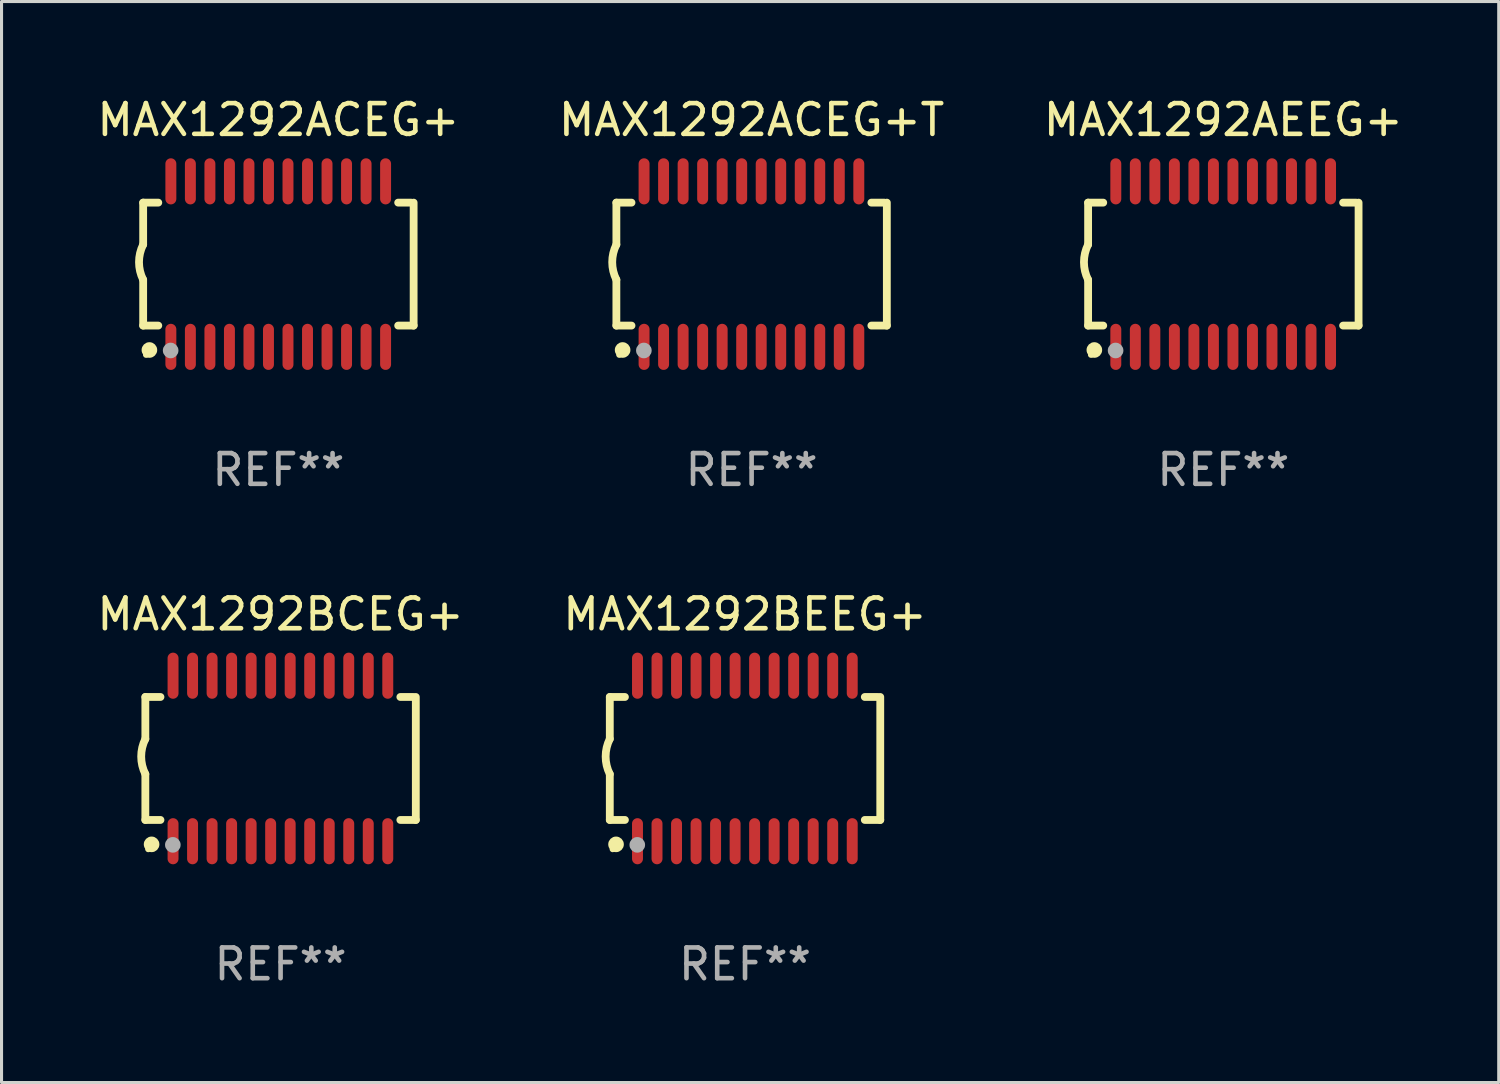
<source format=kicad_pcb>
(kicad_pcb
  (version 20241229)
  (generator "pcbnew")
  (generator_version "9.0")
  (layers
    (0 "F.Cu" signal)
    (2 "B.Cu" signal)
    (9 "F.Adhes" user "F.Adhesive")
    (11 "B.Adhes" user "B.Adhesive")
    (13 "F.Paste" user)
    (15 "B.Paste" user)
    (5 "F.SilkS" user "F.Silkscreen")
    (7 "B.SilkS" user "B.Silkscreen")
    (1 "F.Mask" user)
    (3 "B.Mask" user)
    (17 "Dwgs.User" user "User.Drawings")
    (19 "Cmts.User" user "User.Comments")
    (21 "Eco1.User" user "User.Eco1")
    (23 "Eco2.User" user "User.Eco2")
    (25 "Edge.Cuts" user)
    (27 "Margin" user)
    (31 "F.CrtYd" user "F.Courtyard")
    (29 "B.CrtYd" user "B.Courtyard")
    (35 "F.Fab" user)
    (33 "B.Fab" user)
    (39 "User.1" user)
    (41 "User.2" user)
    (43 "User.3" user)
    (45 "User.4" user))
  (footprint "MAX1292AEEG+"
    (layer "F.Cu")
    (at 36.744 5.541)
    (property "Reference" "MAX1292AEEG+" (at 0 -4.692 0) (layer "F.SilkS") (effects (font (size 1 1) (thickness 0.15))))
    (attr through_hole)
    (fp_line (start -4.399 -2) (end -4.399 -0.635) (stroke (width 0.254) (type solid)) (layer "F.SilkS"))
    (fp_line (start -4.399 -2) (end -3.907 -2) (stroke (width 0.254) (type solid)) (layer "F.SilkS"))
    (fp_line (start -4.399 2) (end -4.399 0.508) (stroke (width 0.254) (type solid)) (layer "F.SilkS"))
    (fp_line (start -4.399 2) (end -3.907 2) (stroke (width 0.254) (type solid)) (layer "F.SilkS"))
    (fp_line (start 3.896 -2) (end 4.313 -2) (stroke (width 0.254) (type solid)) (layer "F.SilkS"))
    (fp_line (start 3.896 2) (end 4.399 2) (stroke (width 0.254) (type solid)) (layer "F.SilkS"))
    (fp_line (start 4.399 2) (end 4.399 -2) (stroke (width 0.254) (type solid)) (layer "F.SilkS"))
    (fp_arc (start -4.399301 0.508001) (mid -4.534214 -0.0635) (end -4.399301 -0.635001) (stroke (width 0.254001) (type solid)) (layer "F.SilkS"))
    (fp_circle (center -4.305 2.95) (end -4.255 2.95) (stroke (width 0.1) (type solid)) (fill no) (layer "F.SilkS"))
    (fp_circle (center -4.196 2.794) (end -4.069 2.794) (stroke (width 0.254) (type solid)) (fill no) (layer "F.SilkS"))
    (fp_circle (center -3.505 2.81) (end -3.378 2.81) (stroke (width 0.254) (type solid)) (fill no) (layer "F.Fab"))
    (fp_text user "REF**" (at 0 6.692 0) (layer "F.Fab") (effects (font (size 1 1) (thickness 0.15))))
    (pad "1" smd oval (at -3.498 2.692 90) (size 1.5 0.356) (layers "F.Cu" "F.Mask" "F.Paste"))
    (pad "2" smd oval (at -2.863 2.692 90) (size 1.5 0.356) (layers "F.Cu" "F.Mask" "F.Paste"))
    (pad "3" smd oval (at -2.228 2.692 90) (size 1.5 0.356) (layers "F.Cu" "F.Mask" "F.Paste"))
    (pad "4" smd oval (at -1.593 2.692 90) (size 1.5 0.356) (layers "F.Cu" "F.Mask" "F.Paste"))
    (pad "5" smd oval (at -0.958 2.692 90) (size 1.5 0.356) (layers "F.Cu" "F.Mask" "F.Paste"))
    (pad "6" smd oval (at -0.323 2.692 90) (size 1.5 0.356) (layers "F.Cu" "F.Mask" "F.Paste"))
    (pad "7" smd oval (at 0.312 2.692 90) (size 1.5 0.356) (layers "F.Cu" "F.Mask" "F.Paste"))
    (pad "8" smd oval (at 0.947 2.692 90) (size 1.5 0.356) (layers "F.Cu" "F.Mask" "F.Paste"))
    (pad "9" smd oval (at 1.582 2.692 90) (size 1.5 0.356) (layers "F.Cu" "F.Mask" "F.Paste"))
    (pad "10" smd oval (at 2.217 2.692 90) (size 1.5 0.356) (layers "F.Cu" "F.Mask" "F.Paste"))
    (pad "11" smd oval (at 2.852 2.692 90) (size 1.5 0.356) (layers "F.Cu" "F.Mask" "F.Paste"))
    (pad "12" smd oval (at 3.487 2.692 90) (size 1.5 0.356) (layers "F.Cu" "F.Mask" "F.Paste"))
    (pad "13" smd oval (at 3.487 -2.692 90) (size 1.5 0.356) (layers "F.Cu" "F.Mask" "F.Paste"))
    (pad "14" smd oval (at 2.852 -2.692 90) (size 1.5 0.356) (layers "F.Cu" "F.Mask" "F.Paste"))
    (pad "15" smd oval (at 2.217 -2.692 90) (size 1.5 0.356) (layers "F.Cu" "F.Mask" "F.Paste"))
    (pad "16" smd oval (at 1.582 -2.692 90) (size 1.5 0.356) (layers "F.Cu" "F.Mask" "F.Paste"))
    (pad "17" smd oval (at 0.947 -2.692 90) (size 1.5 0.356) (layers "F.Cu" "F.Mask" "F.Paste"))
    (pad "18" smd oval (at 0.312 -2.692 90) (size 1.5 0.356) (layers "F.Cu" "F.Mask" "F.Paste"))
    (pad "19" smd oval (at -0.323 -2.692 90) (size 1.5 0.356) (layers "F.Cu" "F.Mask" "F.Paste"))
    (pad "20" smd oval (at -0.958 -2.692 90) (size 1.5 0.356) (layers "F.Cu" "F.Mask" "F.Paste"))
    (pad "21" smd oval (at -1.593 -2.692 90) (size 1.5 0.356) (layers "F.Cu" "F.Mask" "F.Paste"))
    (pad "22" smd oval (at -2.228 -2.692 90) (size 1.5 0.356) (layers "F.Cu" "F.Mask" "F.Paste"))
    (pad "23" smd oval (at -2.863 -2.692 90) (size 1.5 0.356) (layers "F.Cu" "F.Mask" "F.Paste"))
    (pad "24" smd oval (at -3.498 -2.692 90) (size 1.5 0.356) (layers "F.Cu" "F.Mask" "F.Paste")))
  (footprint "MAX1292ACEG+T"
    (layer "F.Cu")
    (at 21.399 5.541)
    (property "Reference" "MAX1292ACEG+T" (at 0 -4.692 0) (layer "F.SilkS") (effects (font (size 1 1) (thickness 0.15))))
    (attr through_hole)
    (fp_line (start -4.399 -2) (end -4.399 -0.635) (stroke (width 0.254) (type solid)) (layer "F.SilkS"))
    (fp_line (start -4.399 -2) (end -3.907 -2) (stroke (width 0.254) (type solid)) (layer "F.SilkS"))
    (fp_line (start -4.399 2) (end -4.399 0.508) (stroke (width 0.254) (type solid)) (layer "F.SilkS"))
    (fp_line (start -4.399 2) (end -3.907 2) (stroke (width 0.254) (type solid)) (layer "F.SilkS"))
    (fp_line (start 3.896 -2) (end 4.313 -2) (stroke (width 0.254) (type solid)) (layer "F.SilkS"))
    (fp_line (start 3.896 2) (end 4.399 2) (stroke (width 0.254) (type solid)) (layer "F.SilkS"))
    (fp_line (start 4.399 2) (end 4.399 -2) (stroke (width 0.254) (type solid)) (layer "F.SilkS"))
    (fp_arc (start -4.399301 0.508001) (mid -4.534214 -0.0635) (end -4.399301 -0.635001) (stroke (width 0.254001) (type solid)) (layer "F.SilkS"))
    (fp_circle (center -4.305 2.95) (end -4.255 2.95) (stroke (width 0.1) (type solid)) (fill no) (layer "F.SilkS"))
    (fp_circle (center -4.196 2.794) (end -4.069 2.794) (stroke (width 0.254) (type solid)) (fill no) (layer "F.SilkS"))
    (fp_circle (center -3.505 2.81) (end -3.378 2.81) (stroke (width 0.254) (type solid)) (fill no) (layer "F.Fab"))
    (fp_text user "REF**" (at 0 6.692 0) (layer "F.Fab") (effects (font (size 1 1) (thickness 0.15))))
    (pad "1" smd oval (at -3.498 2.692 90) (size 1.5 0.356) (layers "F.Cu" "F.Mask" "F.Paste"))
    (pad "2" smd oval (at -2.863 2.692 90) (size 1.5 0.356) (layers "F.Cu" "F.Mask" "F.Paste"))
    (pad "3" smd oval (at -2.228 2.692 90) (size 1.5 0.356) (layers "F.Cu" "F.Mask" "F.Paste"))
    (pad "4" smd oval (at -1.593 2.692 90) (size 1.5 0.356) (layers "F.Cu" "F.Mask" "F.Paste"))
    (pad "5" smd oval (at -0.958 2.692 90) (size 1.5 0.356) (layers "F.Cu" "F.Mask" "F.Paste"))
    (pad "6" smd oval (at -0.323 2.692 90) (size 1.5 0.356) (layers "F.Cu" "F.Mask" "F.Paste"))
    (pad "7" smd oval (at 0.312 2.692 90) (size 1.5 0.356) (layers "F.Cu" "F.Mask" "F.Paste"))
    (pad "8" smd oval (at 0.947 2.692 90) (size 1.5 0.356) (layers "F.Cu" "F.Mask" "F.Paste"))
    (pad "9" smd oval (at 1.582 2.692 90) (size 1.5 0.356) (layers "F.Cu" "F.Mask" "F.Paste"))
    (pad "10" smd oval (at 2.217 2.692 90) (size 1.5 0.356) (layers "F.Cu" "F.Mask" "F.Paste"))
    (pad "11" smd oval (at 2.852 2.692 90) (size 1.5 0.356) (layers "F.Cu" "F.Mask" "F.Paste"))
    (pad "12" smd oval (at 3.487 2.692 90) (size 1.5 0.356) (layers "F.Cu" "F.Mask" "F.Paste"))
    (pad "13" smd oval (at 3.487 -2.692 90) (size 1.5 0.356) (layers "F.Cu" "F.Mask" "F.Paste"))
    (pad "14" smd oval (at 2.852 -2.692 90) (size 1.5 0.356) (layers "F.Cu" "F.Mask" "F.Paste"))
    (pad "15" smd oval (at 2.217 -2.692 90) (size 1.5 0.356) (layers "F.Cu" "F.Mask" "F.Paste"))
    (pad "16" smd oval (at 1.582 -2.692 90) (size 1.5 0.356) (layers "F.Cu" "F.Mask" "F.Paste"))
    (pad "17" smd oval (at 0.947 -2.692 90) (size 1.5 0.356) (layers "F.Cu" "F.Mask" "F.Paste"))
    (pad "18" smd oval (at 0.312 -2.692 90) (size 1.5 0.356) (layers "F.Cu" "F.Mask" "F.Paste"))
    (pad "19" smd oval (at -0.323 -2.692 90) (size 1.5 0.356) (layers "F.Cu" "F.Mask" "F.Paste"))
    (pad "20" smd oval (at -0.958 -2.692 90) (size 1.5 0.356) (layers "F.Cu" "F.Mask" "F.Paste"))
    (pad "21" smd oval (at -1.593 -2.692 90) (size 1.5 0.356) (layers "F.Cu" "F.Mask" "F.Paste"))
    (pad "22" smd oval (at -2.228 -2.692 90) (size 1.5 0.356) (layers "F.Cu" "F.Mask" "F.Paste"))
    (pad "23" smd oval (at -2.863 -2.692 90) (size 1.5 0.356) (layers "F.Cu" "F.Mask" "F.Paste"))
    (pad "24" smd oval (at -3.498 -2.692 90) (size 1.5 0.356) (layers "F.Cu" "F.Mask" "F.Paste")))
  (footprint "MAX1292BCEG+"
    (layer "F.Cu")
    (at 6.077 21.622)
    (property "Reference" "MAX1292BCEG+" (at 0 -4.692 0) (layer "F.SilkS") (effects (font (size 1 1) (thickness 0.15))))
    (attr through_hole)
    (fp_line (start -4.399 -2) (end -4.399 -0.635) (stroke (width 0.254) (type solid)) (layer "F.SilkS"))
    (fp_line (start -4.399 -2) (end -3.907 -2) (stroke (width 0.254) (type solid)) (layer "F.SilkS"))
    (fp_line (start -4.399 2) (end -4.399 0.508) (stroke (width 0.254) (type solid)) (layer "F.SilkS"))
    (fp_line (start -4.399 2) (end -3.907 2) (stroke (width 0.254) (type solid)) (layer "F.SilkS"))
    (fp_line (start 3.896 -2) (end 4.313 -2) (stroke (width 0.254) (type solid)) (layer "F.SilkS"))
    (fp_line (start 3.896 2) (end 4.399 2) (stroke (width 0.254) (type solid)) (layer "F.SilkS"))
    (fp_line (start 4.399 2) (end 4.399 -2) (stroke (width 0.254) (type solid)) (layer "F.SilkS"))
    (fp_arc (start -4.399301 0.508001) (mid -4.534214 -0.0635) (end -4.399301 -0.635001) (stroke (width 0.254001) (type solid)) (layer "F.SilkS"))
    (fp_circle (center -4.305 2.95) (end -4.255 2.95) (stroke (width 0.1) (type solid)) (fill no) (layer "F.SilkS"))
    (fp_circle (center -4.196 2.794) (end -4.069 2.794) (stroke (width 0.254) (type solid)) (fill no) (layer "F.SilkS"))
    (fp_circle (center -3.505 2.81) (end -3.378 2.81) (stroke (width 0.254) (type solid)) (fill no) (layer "F.Fab"))
    (fp_text user "REF**" (at 0 6.692 0) (layer "F.Fab") (effects (font (size 1 1) (thickness 0.15))))
    (pad "1" smd oval (at -3.498 2.692 90) (size 1.5 0.356) (layers "F.Cu" "F.Mask" "F.Paste"))
    (pad "2" smd oval (at -2.863 2.692 90) (size 1.5 0.356) (layers "F.Cu" "F.Mask" "F.Paste"))
    (pad "3" smd oval (at -2.228 2.692 90) (size 1.5 0.356) (layers "F.Cu" "F.Mask" "F.Paste"))
    (pad "4" smd oval (at -1.593 2.692 90) (size 1.5 0.356) (layers "F.Cu" "F.Mask" "F.Paste"))
    (pad "5" smd oval (at -0.958 2.692 90) (size 1.5 0.356) (layers "F.Cu" "F.Mask" "F.Paste"))
    (pad "6" smd oval (at -0.323 2.692 90) (size 1.5 0.356) (layers "F.Cu" "F.Mask" "F.Paste"))
    (pad "7" smd oval (at 0.312 2.692 90) (size 1.5 0.356) (layers "F.Cu" "F.Mask" "F.Paste"))
    (pad "8" smd oval (at 0.947 2.692 90) (size 1.5 0.356) (layers "F.Cu" "F.Mask" "F.Paste"))
    (pad "9" smd oval (at 1.582 2.692 90) (size 1.5 0.356) (layers "F.Cu" "F.Mask" "F.Paste"))
    (pad "10" smd oval (at 2.217 2.692 90) (size 1.5 0.356) (layers "F.Cu" "F.Mask" "F.Paste"))
    (pad "11" smd oval (at 2.852 2.692 90) (size 1.5 0.356) (layers "F.Cu" "F.Mask" "F.Paste"))
    (pad "12" smd oval (at 3.487 2.692 90) (size 1.5 0.356) (layers "F.Cu" "F.Mask" "F.Paste"))
    (pad "13" smd oval (at 3.487 -2.692 90) (size 1.5 0.356) (layers "F.Cu" "F.Mask" "F.Paste"))
    (pad "14" smd oval (at 2.852 -2.692 90) (size 1.5 0.356) (layers "F.Cu" "F.Mask" "F.Paste"))
    (pad "15" smd oval (at 2.217 -2.692 90) (size 1.5 0.356) (layers "F.Cu" "F.Mask" "F.Paste"))
    (pad "16" smd oval (at 1.582 -2.692 90) (size 1.5 0.356) (layers "F.Cu" "F.Mask" "F.Paste"))
    (pad "17" smd oval (at 0.947 -2.692 90) (size 1.5 0.356) (layers "F.Cu" "F.Mask" "F.Paste"))
    (pad "18" smd oval (at 0.312 -2.692 90) (size 1.5 0.356) (layers "F.Cu" "F.Mask" "F.Paste"))
    (pad "19" smd oval (at -0.323 -2.692 90) (size 1.5 0.356) (layers "F.Cu" "F.Mask" "F.Paste"))
    (pad "20" smd oval (at -0.958 -2.692 90) (size 1.5 0.356) (layers "F.Cu" "F.Mask" "F.Paste"))
    (pad "21" smd oval (at -1.593 -2.692 90) (size 1.5 0.356) (layers "F.Cu" "F.Mask" "F.Paste"))
    (pad "22" smd oval (at -2.228 -2.692 90) (size 1.5 0.356) (layers "F.Cu" "F.Mask" "F.Paste"))
    (pad "23" smd oval (at -2.863 -2.692 90) (size 1.5 0.356) (layers "F.Cu" "F.Mask" "F.Paste"))
    (pad "24" smd oval (at -3.498 -2.692 90) (size 1.5 0.356) (layers "F.Cu" "F.Mask" "F.Paste")))
  (footprint "MAX1292BEEG+"
    (layer "F.Cu")
    (at 21.185 21.622)
    (property "Reference" "MAX1292BEEG+" (at 0 -4.692 0) (layer "F.SilkS") (effects (font (size 1 1) (thickness 0.15))))
    (attr through_hole)
    (fp_line (start -4.399 -2) (end -4.399 -0.635) (stroke (width 0.254) (type solid)) (layer "F.SilkS"))
    (fp_line (start -4.399 -2) (end -3.907 -2) (stroke (width 0.254) (type solid)) (layer "F.SilkS"))
    (fp_line (start -4.399 2) (end -4.399 0.508) (stroke (width 0.254) (type solid)) (layer "F.SilkS"))
    (fp_line (start -4.399 2) (end -3.907 2) (stroke (width 0.254) (type solid)) (layer "F.SilkS"))
    (fp_line (start 3.896 -2) (end 4.313 -2) (stroke (width 0.254) (type solid)) (layer "F.SilkS"))
    (fp_line (start 3.896 2) (end 4.399 2) (stroke (width 0.254) (type solid)) (layer "F.SilkS"))
    (fp_line (start 4.399 2) (end 4.399 -2) (stroke (width 0.254) (type solid)) (layer "F.SilkS"))
    (fp_arc (start -4.399301 0.508001) (mid -4.534214 -0.0635) (end -4.399301 -0.635001) (stroke (width 0.254001) (type solid)) (layer "F.SilkS"))
    (fp_circle (center -4.305 2.95) (end -4.255 2.95) (stroke (width 0.1) (type solid)) (fill no) (layer "F.SilkS"))
    (fp_circle (center -4.196 2.794) (end -4.069 2.794) (stroke (width 0.254) (type solid)) (fill no) (layer "F.SilkS"))
    (fp_circle (center -3.505 2.81) (end -3.378 2.81) (stroke (width 0.254) (type solid)) (fill no) (layer "F.Fab"))
    (fp_text user "REF**" (at 0 6.692 0) (layer "F.Fab") (effects (font (size 1 1) (thickness 0.15))))
    (pad "1" smd oval (at -3.498 2.692 90) (size 1.5 0.356) (layers "F.Cu" "F.Mask" "F.Paste"))
    (pad "2" smd oval (at -2.863 2.692 90) (size 1.5 0.356) (layers "F.Cu" "F.Mask" "F.Paste"))
    (pad "3" smd oval (at -2.228 2.692 90) (size 1.5 0.356) (layers "F.Cu" "F.Mask" "F.Paste"))
    (pad "4" smd oval (at -1.593 2.692 90) (size 1.5 0.356) (layers "F.Cu" "F.Mask" "F.Paste"))
    (pad "5" smd oval (at -0.958 2.692 90) (size 1.5 0.356) (layers "F.Cu" "F.Mask" "F.Paste"))
    (pad "6" smd oval (at -0.323 2.692 90) (size 1.5 0.356) (layers "F.Cu" "F.Mask" "F.Paste"))
    (pad "7" smd oval (at 0.312 2.692 90) (size 1.5 0.356) (layers "F.Cu" "F.Mask" "F.Paste"))
    (pad "8" smd oval (at 0.947 2.692 90) (size 1.5 0.356) (layers "F.Cu" "F.Mask" "F.Paste"))
    (pad "9" smd oval (at 1.582 2.692 90) (size 1.5 0.356) (layers "F.Cu" "F.Mask" "F.Paste"))
    (pad "10" smd oval (at 2.217 2.692 90) (size 1.5 0.356) (layers "F.Cu" "F.Mask" "F.Paste"))
    (pad "11" smd oval (at 2.852 2.692 90) (size 1.5 0.356) (layers "F.Cu" "F.Mask" "F.Paste"))
    (pad "12" smd oval (at 3.487 2.692 90) (size 1.5 0.356) (layers "F.Cu" "F.Mask" "F.Paste"))
    (pad "13" smd oval (at 3.487 -2.692 90) (size 1.5 0.356) (layers "F.Cu" "F.Mask" "F.Paste"))
    (pad "14" smd oval (at 2.852 -2.692 90) (size 1.5 0.356) (layers "F.Cu" "F.Mask" "F.Paste"))
    (pad "15" smd oval (at 2.217 -2.692 90) (size 1.5 0.356) (layers "F.Cu" "F.Mask" "F.Paste"))
    (pad "16" smd oval (at 1.582 -2.692 90) (size 1.5 0.356) (layers "F.Cu" "F.Mask" "F.Paste"))
    (pad "17" smd oval (at 0.947 -2.692 90) (size 1.5 0.356) (layers "F.Cu" "F.Mask" "F.Paste"))
    (pad "18" smd oval (at 0.312 -2.692 90) (size 1.5 0.356) (layers "F.Cu" "F.Mask" "F.Paste"))
    (pad "19" smd oval (at -0.323 -2.692 90) (size 1.5 0.356) (layers "F.Cu" "F.Mask" "F.Paste"))
    (pad "20" smd oval (at -0.958 -2.692 90) (size 1.5 0.356) (layers "F.Cu" "F.Mask" "F.Paste"))
    (pad "21" smd oval (at -1.593 -2.692 90) (size 1.5 0.356) (layers "F.Cu" "F.Mask" "F.Paste"))
    (pad "22" smd oval (at -2.228 -2.692 90) (size 1.5 0.356) (layers "F.Cu" "F.Mask" "F.Paste"))
    (pad "23" smd oval (at -2.863 -2.692 90) (size 1.5 0.356) (layers "F.Cu" "F.Mask" "F.Paste"))
    (pad "24" smd oval (at -3.498 -2.692 90) (size 1.5 0.356) (layers "F.Cu" "F.Mask" "F.Paste")))
  (footprint "MAX1292ACEG+"
    (layer "F.Cu")
    (at 6.006 5.541)
    (property "Reference" "MAX1292ACEG+" (at 0 -4.692 0) (layer "F.SilkS") (effects (font (size 1 1) (thickness 0.15))))
    (attr through_hole)
    (fp_line (start -4.399 -2) (end -4.399 -0.635) (stroke (width 0.254) (type solid)) (layer "F.SilkS"))
    (fp_line (start -4.399 -2) (end -3.907 -2) (stroke (width 0.254) (type solid)) (layer "F.SilkS"))
    (fp_line (start -4.399 2) (end -4.399 0.508) (stroke (width 0.254) (type solid)) (layer "F.SilkS"))
    (fp_line (start -4.399 2) (end -3.907 2) (stroke (width 0.254) (type solid)) (layer "F.SilkS"))
    (fp_line (start 3.896 -2) (end 4.313 -2) (stroke (width 0.254) (type solid)) (layer "F.SilkS"))
    (fp_line (start 3.896 2) (end 4.399 2) (stroke (width 0.254) (type solid)) (layer "F.SilkS"))
    (fp_line (start 4.399 2) (end 4.399 -2) (stroke (width 0.254) (type solid)) (layer "F.SilkS"))
    (fp_arc (start -4.399301 0.508001) (mid -4.534214 -0.0635) (end -4.399301 -0.635001) (stroke (width 0.254001) (type solid)) (layer "F.SilkS"))
    (fp_circle (center -4.305 2.95) (end -4.255 2.95) (stroke (width 0.1) (type solid)) (fill no) (layer "F.SilkS"))
    (fp_circle (center -4.196 2.794) (end -4.069 2.794) (stroke (width 0.254) (type solid)) (fill no) (layer "F.SilkS"))
    (fp_circle (center -3.505 2.81) (end -3.378 2.81) (stroke (width 0.254) (type solid)) (fill no) (layer "F.Fab"))
    (fp_text user "REF**" (at 0 6.692 0) (layer "F.Fab") (effects (font (size 1 1) (thickness 0.15))))
    (pad "1" smd oval (at -3.498 2.692 90) (size 1.5 0.356) (layers "F.Cu" "F.Mask" "F.Paste"))
    (pad "2" smd oval (at -2.863 2.692 90) (size 1.5 0.356) (layers "F.Cu" "F.Mask" "F.Paste"))
    (pad "3" smd oval (at -2.228 2.692 90) (size 1.5 0.356) (layers "F.Cu" "F.Mask" "F.Paste"))
    (pad "4" smd oval (at -1.593 2.692 90) (size 1.5 0.356) (layers "F.Cu" "F.Mask" "F.Paste"))
    (pad "5" smd oval (at -0.958 2.692 90) (size 1.5 0.356) (layers "F.Cu" "F.Mask" "F.Paste"))
    (pad "6" smd oval (at -0.323 2.692 90) (size 1.5 0.356) (layers "F.Cu" "F.Mask" "F.Paste"))
    (pad "7" smd oval (at 0.312 2.692 90) (size 1.5 0.356) (layers "F.Cu" "F.Mask" "F.Paste"))
    (pad "8" smd oval (at 0.947 2.692 90) (size 1.5 0.356) (layers "F.Cu" "F.Mask" "F.Paste"))
    (pad "9" smd oval (at 1.582 2.692 90) (size 1.5 0.356) (layers "F.Cu" "F.Mask" "F.Paste"))
    (pad "10" smd oval (at 2.217 2.692 90) (size 1.5 0.356) (layers "F.Cu" "F.Mask" "F.Paste"))
    (pad "11" smd oval (at 2.852 2.692 90) (size 1.5 0.356) (layers "F.Cu" "F.Mask" "F.Paste"))
    (pad "12" smd oval (at 3.487 2.692 90) (size 1.5 0.356) (layers "F.Cu" "F.Mask" "F.Paste"))
    (pad "13" smd oval (at 3.487 -2.692 90) (size 1.5 0.356) (layers "F.Cu" "F.Mask" "F.Paste"))
    (pad "14" smd oval (at 2.852 -2.692 90) (size 1.5 0.356) (layers "F.Cu" "F.Mask" "F.Paste"))
    (pad "15" smd oval (at 2.217 -2.692 90) (size 1.5 0.356) (layers "F.Cu" "F.Mask" "F.Paste"))
    (pad "16" smd oval (at 1.582 -2.692 90) (size 1.5 0.356) (layers "F.Cu" "F.Mask" "F.Paste"))
    (pad "17" smd oval (at 0.947 -2.692 90) (size 1.5 0.356) (layers "F.Cu" "F.Mask" "F.Paste"))
    (pad "18" smd oval (at 0.312 -2.692 90) (size 1.5 0.356) (layers "F.Cu" "F.Mask" "F.Paste"))
    (pad "19" smd oval (at -0.323 -2.692 90) (size 1.5 0.356) (layers "F.Cu" "F.Mask" "F.Paste"))
    (pad "20" smd oval (at -0.958 -2.692 90) (size 1.5 0.356) (layers "F.Cu" "F.Mask" "F.Paste"))
    (pad "21" smd oval (at -1.593 -2.692 90) (size 1.5 0.356) (layers "F.Cu" "F.Mask" "F.Paste"))
    (pad "22" smd oval (at -2.228 -2.692 90) (size 1.5 0.356) (layers "F.Cu" "F.Mask" "F.Paste"))
    (pad "23" smd oval (at -2.863 -2.692 90) (size 1.5 0.356) (layers "F.Cu" "F.Mask" "F.Paste"))
    (pad "24" smd oval (at -3.498 -2.692 90) (size 1.5 0.356) (layers "F.Cu" "F.Mask" "F.Paste")))
  (gr_rect
    (start -3 -3)
    (end 45.702 32.163)
    (stroke (width 0.1) (type default))
    (fill no)
    (layer "Edge.Cuts")))
</source>
